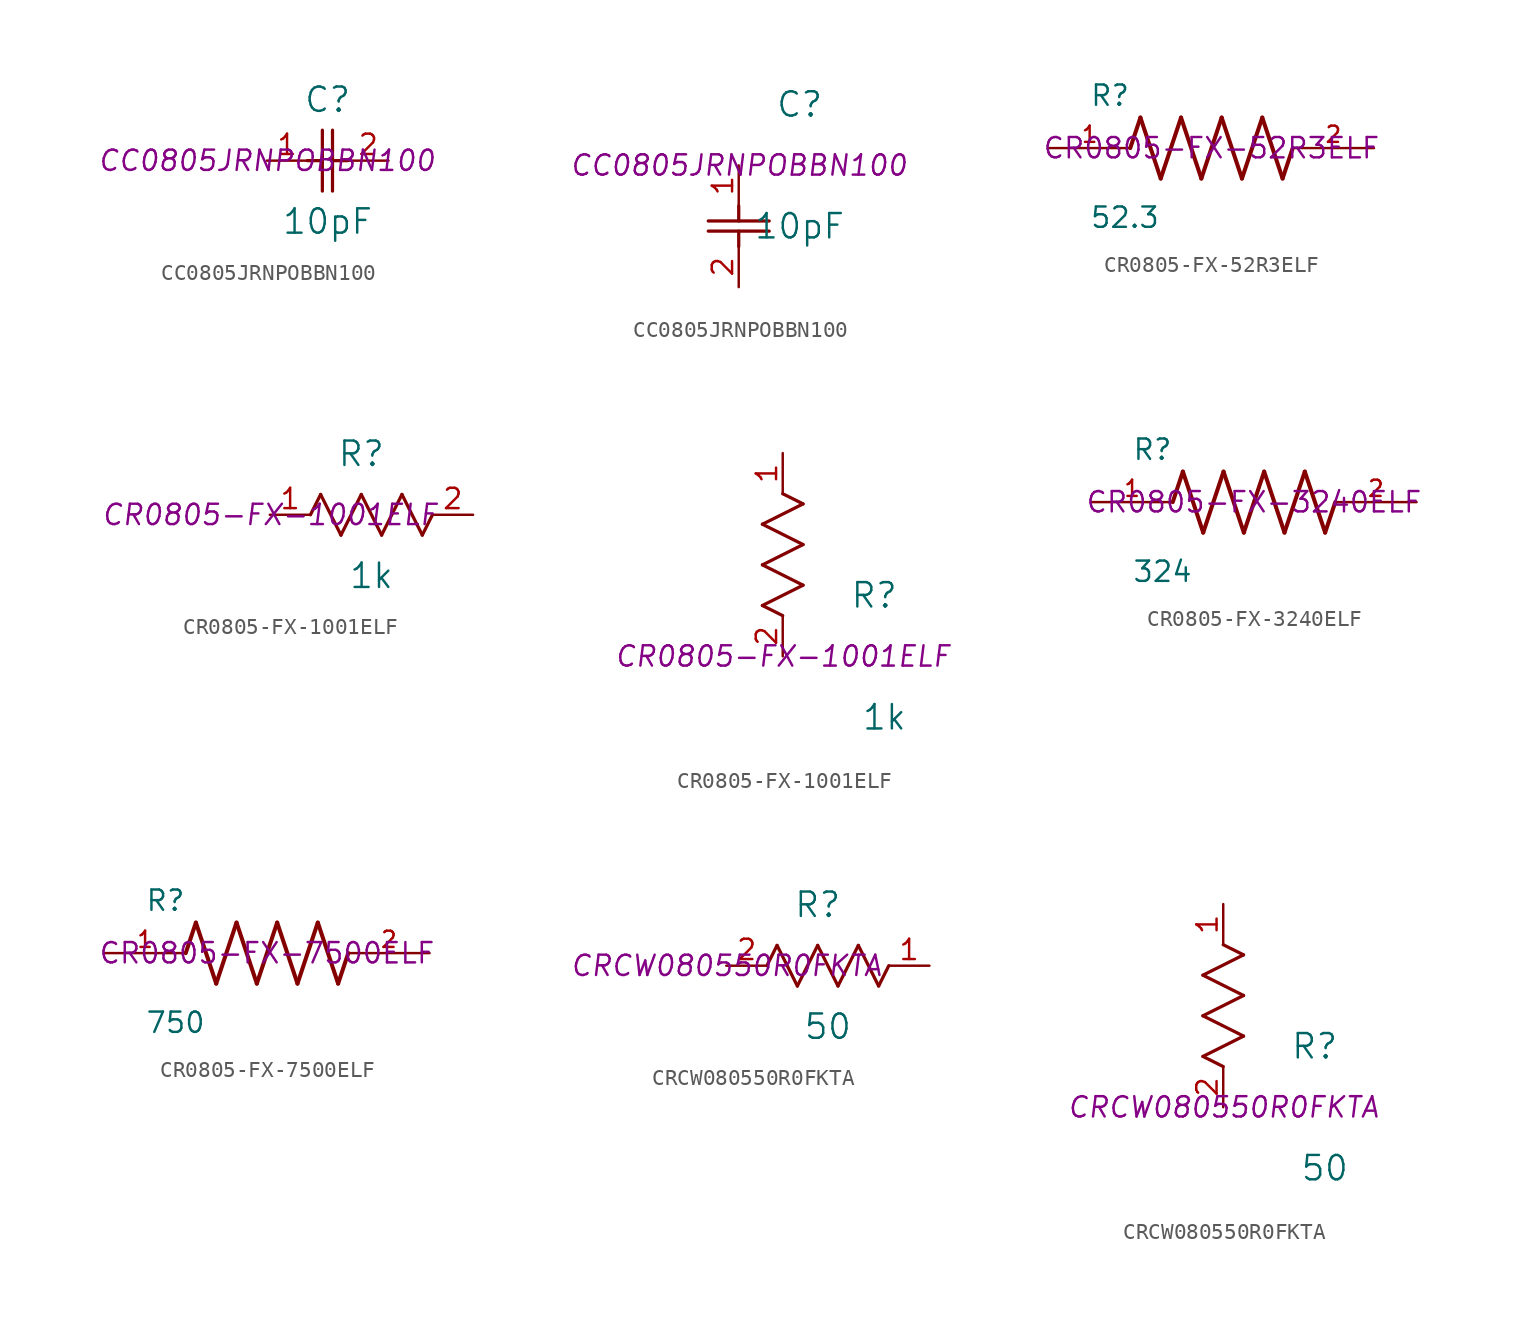
<source format=kicad_sym>
(kicad_symbol_lib
  (version 20231120)
  (generator "kicad_symbol_editor")
  (generator_version "8.0")
  (symbol "CC0805JRNPOBBN100"
    (pin_names
      (offset 0.254))
    (property "Reference" "C"
      (at 3.81 3.81 0)
      (effects (font (size 1.524 1.524))))
    (property "Value" "10pF"
      (at 3.81 -3.81 0)
      (effects (font (size 1.524 1.524))))
    (property "Datasheet" "CC0805JRNPOBBN100"
      (at 0 0 0)
      (effects (font (size 1.27 1.27) (italic yes))))
    (symbol "CC0805JRNPOBBN100_1_1"
      (polyline (pts (xy 2.54 0) (xy 3.48 0)) (stroke (width 0.203) (type default)) (fill (type none)))
      (polyline (pts (xy 3.48 -1.905) (xy 3.48 1.905)) (stroke (width 0.203) (type default)) (fill (type none)))
      (polyline (pts (xy 4.115 -1.905) (xy 4.115 1.905)) (stroke (width 0.203) (type default)) (fill (type none)))
      (polyline (pts (xy 4.115 0) (xy 5.08 0)) (stroke (width 0.203) (type default)) (fill (type none)))
      (pin unspecified line (at 0 0 0) (length 2.54) (name "" (effects (font (size 1.27 1.27)))) (number "1" (effects (font (size 1.27 1.27)))))
      (pin unspecified line (at 7.62 0 180) (length 2.54) (name "" (effects (font (size 1.27 1.27)))) (number "2" (effects (font (size 1.27 1.27))))))
    (symbol "CC0805JRNPOBBN100_1_2"
      (polyline (pts (xy -1.905 -4.115) (xy 1.905 -4.115)) (stroke (width 0.203) (type default)) (fill (type none)))
      (polyline (pts (xy -1.905 -3.48) (xy 1.905 -3.48)) (stroke (width 0.203) (type default)) (fill (type none)))
      (polyline (pts (xy 0 -4.115) (xy 0 -5.08)) (stroke (width 0.203) (type default)) (fill (type none)))
      (polyline (pts (xy 0 -2.54) (xy 0 -3.48)) (stroke (width 0.203) (type default)) (fill (type none)))
      (pin unspecified line (at 0 0 270) (length 2.54) (name "" (effects (font (size 1.27 1.27)))) (number "1" (effects (font (size 1.27 1.27)))))
      (pin unspecified line (at 0 -7.62 90) (length 2.54) (name "" (effects (font (size 1.27 1.27)))) (number "2" (effects (font (size 1.27 1.27)))))))
  (symbol "CR0805-FX-52R3ELF"
    (pin_names
      (offset 1.016))
    (property "Reference" "R"
      (at -7.624 2.542 0)
      (effects (font (size 1.27 1.27)) (justify left bottom)))
    (property "Value" "52.3"
      (at -7.63 -5.087 0)
      (effects (font (size 1.27 1.27)) (justify left bottom)))
    (property "Datasheet" "CR0805-FX-52R3ELF"
      (at 0 0 0)
      (effects (font (size 1.27 1.27))))
    (symbol "CR0805-FX-52R3ELF_0_0"
      (polyline (pts (xy -5.08 0) (xy -4.445 1.905)) (stroke (width 0.254) (type default)) (fill (type none)))
      (polyline (pts (xy -4.445 1.905) (xy -3.175 -1.905)) (stroke (width 0.254) (type default)) (fill (type none)))
      (polyline (pts (xy -3.175 -1.905) (xy -1.905 1.905)) (stroke (width 0.254) (type default)) (fill (type none)))
      (polyline (pts (xy -1.905 1.905) (xy -0.635 -1.905)) (stroke (width 0.254) (type default)) (fill (type none)))
      (polyline (pts (xy -0.635 -1.905) (xy 0.635 1.905)) (stroke (width 0.254) (type default)) (fill (type none)))
      (polyline (pts (xy 0.635 1.905) (xy 1.905 -1.905)) (stroke (width 0.254) (type default)) (fill (type none)))
      (polyline (pts (xy 1.905 -1.905) (xy 3.175 1.905)) (stroke (width 0.254) (type default)) (fill (type none)))
      (polyline (pts (xy 3.175 1.905) (xy 4.445 -1.905)) (stroke (width 0.254) (type default)) (fill (type none)))
      (polyline (pts (xy 4.445 -1.905) (xy 5.08 0)) (stroke (width 0.254) (type default)) (fill (type none)))
      (pin passive line (at -10.16 0 0) (length 5.08) (name "~" (effects (font (size 1.016 1.016)))) (number "1" (effects (font (size 1.016 1.016)))))
      (pin passive line (at 10.16 0 180) (length 5.08) (name "~" (effects (font (size 1.016 1.016)))) (number "2" (effects (font (size 1.016 1.016)))))))
  (symbol "CR0805-FX-1001ELF"
    (pin_names
      (offset 0.254))
    (property "Reference" "R"
      (at 5.715 3.81 0)
      (effects (font (size 1.524 1.524))))
    (property "Value" "1k"
      (at 6.35 -3.81 0)
      (effects (font (size 1.524 1.524))))
    (property "Datasheet" "CR0805-FX-1001ELF"
      (at 0 0 0)
      (effects (font (size 1.27 1.27) (italic yes))))
    (symbol "CR0805-FX-1001ELF_1_1"
      (polyline (pts (xy 2.54 0) (xy 3.175 1.27)) (stroke (width 0.203) (type default)) (fill (type none)))
      (polyline (pts (xy 3.175 1.27) (xy 4.445 -1.27)) (stroke (width 0.203) (type default)) (fill (type none)))
      (polyline (pts (xy 4.445 -1.27) (xy 5.715 1.27)) (stroke (width 0.203) (type default)) (fill (type none)))
      (polyline (pts (xy 5.715 1.27) (xy 6.985 -1.27)) (stroke (width 0.203) (type default)) (fill (type none)))
      (polyline (pts (xy 6.985 -1.27) (xy 8.255 1.27)) (stroke (width 0.203) (type default)) (fill (type none)))
      (polyline (pts (xy 8.255 1.27) (xy 9.525 -1.27)) (stroke (width 0.203) (type default)) (fill (type none)))
      (polyline (pts (xy 9.525 -1.27) (xy 10.16 0)) (stroke (width 0.203) (type default)) (fill (type none)))
      (pin unspecified line (at 0 0 0) (length 2.54) (name "" (effects (font (size 1.27 1.27)))) (number "1" (effects (font (size 1.27 1.27)))))
      (pin unspecified line (at 12.7 0 180) (length 2.54) (name "" (effects (font (size 1.27 1.27)))) (number "2" (effects (font (size 1.27 1.27))))))
    (symbol "CR0805-FX-1001ELF_1_2"
      (polyline (pts (xy -1.27 3.175) (xy 1.27 4.445)) (stroke (width 0.203) (type default)) (fill (type none)))
      (polyline (pts (xy -1.27 5.715) (xy 1.27 6.985)) (stroke (width 0.203) (type default)) (fill (type none)))
      (polyline (pts (xy -1.27 8.255) (xy 1.27 9.525)) (stroke (width 0.203) (type default)) (fill (type none)))
      (polyline (pts (xy 0 2.54) (xy -1.27 3.175)) (stroke (width 0.203) (type default)) (fill (type none)))
      (polyline (pts (xy 1.27 4.445) (xy -1.27 5.715)) (stroke (width 0.203) (type default)) (fill (type none)))
      (polyline (pts (xy 1.27 6.985) (xy -1.27 8.255)) (stroke (width 0.203) (type default)) (fill (type none)))
      (polyline (pts (xy 1.27 9.525) (xy 0 10.16)) (stroke (width 0.203) (type default)) (fill (type none)))
      (pin unspecified line (at 0 12.7 270) (length 2.54) (name "" (effects (font (size 1.27 1.27)))) (number "1" (effects (font (size 1.27 1.27)))))
      (pin unspecified line (at 0 0 90) (length 2.54) (name "" (effects (font (size 1.27 1.27)))) (number "2" (effects (font (size 1.27 1.27)))))))
  (symbol "CR0805-FX-3240ELF"
    (pin_names
      (offset 1.016))
    (property "Reference" "R"
      (at -7.624 2.542 0)
      (effects (font (size 1.27 1.27)) (justify left bottom)))
    (property "Value" "324"
      (at -7.63 -5.087 0)
      (effects (font (size 1.27 1.27)) (justify left bottom)))
    (property "Datasheet" "CR0805-FX-3240ELF"
      (at 0 0 0)
      (effects (font (size 1.27 1.27))))
    (symbol "CR0805-FX-3240ELF_0_0"
      (polyline (pts (xy -5.08 0) (xy -4.445 1.905)) (stroke (width 0.254) (type default)) (fill (type none)))
      (polyline (pts (xy -4.445 1.905) (xy -3.175 -1.905)) (stroke (width 0.254) (type default)) (fill (type none)))
      (polyline (pts (xy -3.175 -1.905) (xy -1.905 1.905)) (stroke (width 0.254) (type default)) (fill (type none)))
      (polyline (pts (xy -1.905 1.905) (xy -0.635 -1.905)) (stroke (width 0.254) (type default)) (fill (type none)))
      (polyline (pts (xy -0.635 -1.905) (xy 0.635 1.905)) (stroke (width 0.254) (type default)) (fill (type none)))
      (polyline (pts (xy 0.635 1.905) (xy 1.905 -1.905)) (stroke (width 0.254) (type default)) (fill (type none)))
      (polyline (pts (xy 1.905 -1.905) (xy 3.175 1.905)) (stroke (width 0.254) (type default)) (fill (type none)))
      (polyline (pts (xy 3.175 1.905) (xy 4.445 -1.905)) (stroke (width 0.254) (type default)) (fill (type none)))
      (polyline (pts (xy 4.445 -1.905) (xy 5.08 0)) (stroke (width 0.254) (type default)) (fill (type none)))
      (pin passive line (at -10.16 0 0) (length 5.08) (name "~" (effects (font (size 1.016 1.016)))) (number "1" (effects (font (size 1.016 1.016)))))
      (pin passive line (at 10.16 0 180) (length 5.08) (name "~" (effects (font (size 1.016 1.016)))) (number "2" (effects (font (size 1.016 1.016)))))))
  (symbol "CR0805-FX-7500ELF"
    (pin_names
      (offset 1.016))
    (property "Reference" "R"
      (at -7.624 2.542 0)
      (effects (font (size 1.27 1.27)) (justify left bottom)))
    (property "Value" "750"
      (at -7.63 -5.087 0)
      (effects (font (size 1.27 1.27)) (justify left bottom)))
    (property "Datasheet" "CR0805-FX-7500ELF"
      (at 0 0 0)
      (effects (font (size 1.27 1.27))))
    (symbol "CR0805-FX-7500ELF_0_0"
      (polyline (pts (xy -5.08 0) (xy -4.445 1.905)) (stroke (width 0.254) (type default)) (fill (type none)))
      (polyline (pts (xy -4.445 1.905) (xy -3.175 -1.905)) (stroke (width 0.254) (type default)) (fill (type none)))
      (polyline (pts (xy -3.175 -1.905) (xy -1.905 1.905)) (stroke (width 0.254) (type default)) (fill (type none)))
      (polyline (pts (xy -1.905 1.905) (xy -0.635 -1.905)) (stroke (width 0.254) (type default)) (fill (type none)))
      (polyline (pts (xy -0.635 -1.905) (xy 0.635 1.905)) (stroke (width 0.254) (type default)) (fill (type none)))
      (polyline (pts (xy 0.635 1.905) (xy 1.905 -1.905)) (stroke (width 0.254) (type default)) (fill (type none)))
      (polyline (pts (xy 1.905 -1.905) (xy 3.175 1.905)) (stroke (width 0.254) (type default)) (fill (type none)))
      (polyline (pts (xy 3.175 1.905) (xy 4.445 -1.905)) (stroke (width 0.254) (type default)) (fill (type none)))
      (polyline (pts (xy 4.445 -1.905) (xy 5.08 0)) (stroke (width 0.254) (type default)) (fill (type none)))
      (pin passive line (at -10.16 0 0) (length 5.08) (name "~" (effects (font (size 1.016 1.016)))) (number "1" (effects (font (size 1.016 1.016)))))
      (pin passive line (at 10.16 0 180) (length 5.08) (name "~" (effects (font (size 1.016 1.016)))) (number "2" (effects (font (size 1.016 1.016)))))))
  (symbol "CRCW080550R0FKTA"
    (pin_names
      (offset 0.254))
    (property "Reference" "R"
      (at 5.715 3.81 0)
      (effects (font (size 1.524 1.524))))
    (property "Value" "50"
      (at 6.35 -3.81 0)
      (effects (font (size 1.524 1.524))))
    (property "Datasheet" "CRCW080550R0FKTA "
      (at 0 0 0)
      (effects (font (size 1.27 1.27) (italic yes))))
    (symbol "CRCW080550R0FKTA_1_1"
      (polyline (pts (xy 2.54 0) (xy 3.175 1.27)) (stroke (width 0.203) (type default)) (fill (type none)))
      (polyline (pts (xy 3.175 1.27) (xy 4.445 -1.27)) (stroke (width 0.203) (type default)) (fill (type none)))
      (polyline (pts (xy 4.445 -1.27) (xy 5.715 1.27)) (stroke (width 0.203) (type default)) (fill (type none)))
      (polyline (pts (xy 5.715 1.27) (xy 6.985 -1.27)) (stroke (width 0.203) (type default)) (fill (type none)))
      (polyline (pts (xy 6.985 -1.27) (xy 8.255 1.27)) (stroke (width 0.203) (type default)) (fill (type none)))
      (polyline (pts (xy 8.255 1.27) (xy 9.525 -1.27)) (stroke (width 0.203) (type default)) (fill (type none)))
      (polyline (pts (xy 9.525 -1.27) (xy 10.16 0)) (stroke (width 0.203) (type default)) (fill (type none)))
      (pin unspecified line (at 12.7 0 180) (length 2.54) (name "" (effects (font (size 1.27 1.27)))) (number "1" (effects (font (size 1.27 1.27)))))
      (pin unspecified line (at 0 0 0) (length 2.54) (name "" (effects (font (size 1.27 1.27)))) (number "2" (effects (font (size 1.27 1.27))))))
    (symbol "CRCW080550R0FKTA_1_2"
      (polyline (pts (xy -1.27 3.175) (xy 1.27 4.445)) (stroke (width 0.203) (type default)) (fill (type none)))
      (polyline (pts (xy -1.27 5.715) (xy 1.27 6.985)) (stroke (width 0.203) (type default)) (fill (type none)))
      (polyline (pts (xy -1.27 8.255) (xy 1.27 9.525)) (stroke (width 0.203) (type default)) (fill (type none)))
      (polyline (pts (xy 0 2.54) (xy -1.27 3.175)) (stroke (width 0.203) (type default)) (fill (type none)))
      (polyline (pts (xy 1.27 4.445) (xy -1.27 5.715)) (stroke (width 0.203) (type default)) (fill (type none)))
      (polyline (pts (xy 1.27 6.985) (xy -1.27 8.255)) (stroke (width 0.203) (type default)) (fill (type none)))
      (polyline (pts (xy 1.27 9.525) (xy 0 10.16)) (stroke (width 0.203) (type default)) (fill (type none)))
      (pin unspecified line (at 0 12.7 270) (length 2.54) (name "" (effects (font (size 1.27 1.27)))) (number "1" (effects (font (size 1.27 1.27)))))
      (pin unspecified line (at 0 0 90) (length 2.54) (name "" (effects (font (size 1.27 1.27)))) (number "2" (effects (font (size 1.27 1.27))))))))
</source>
